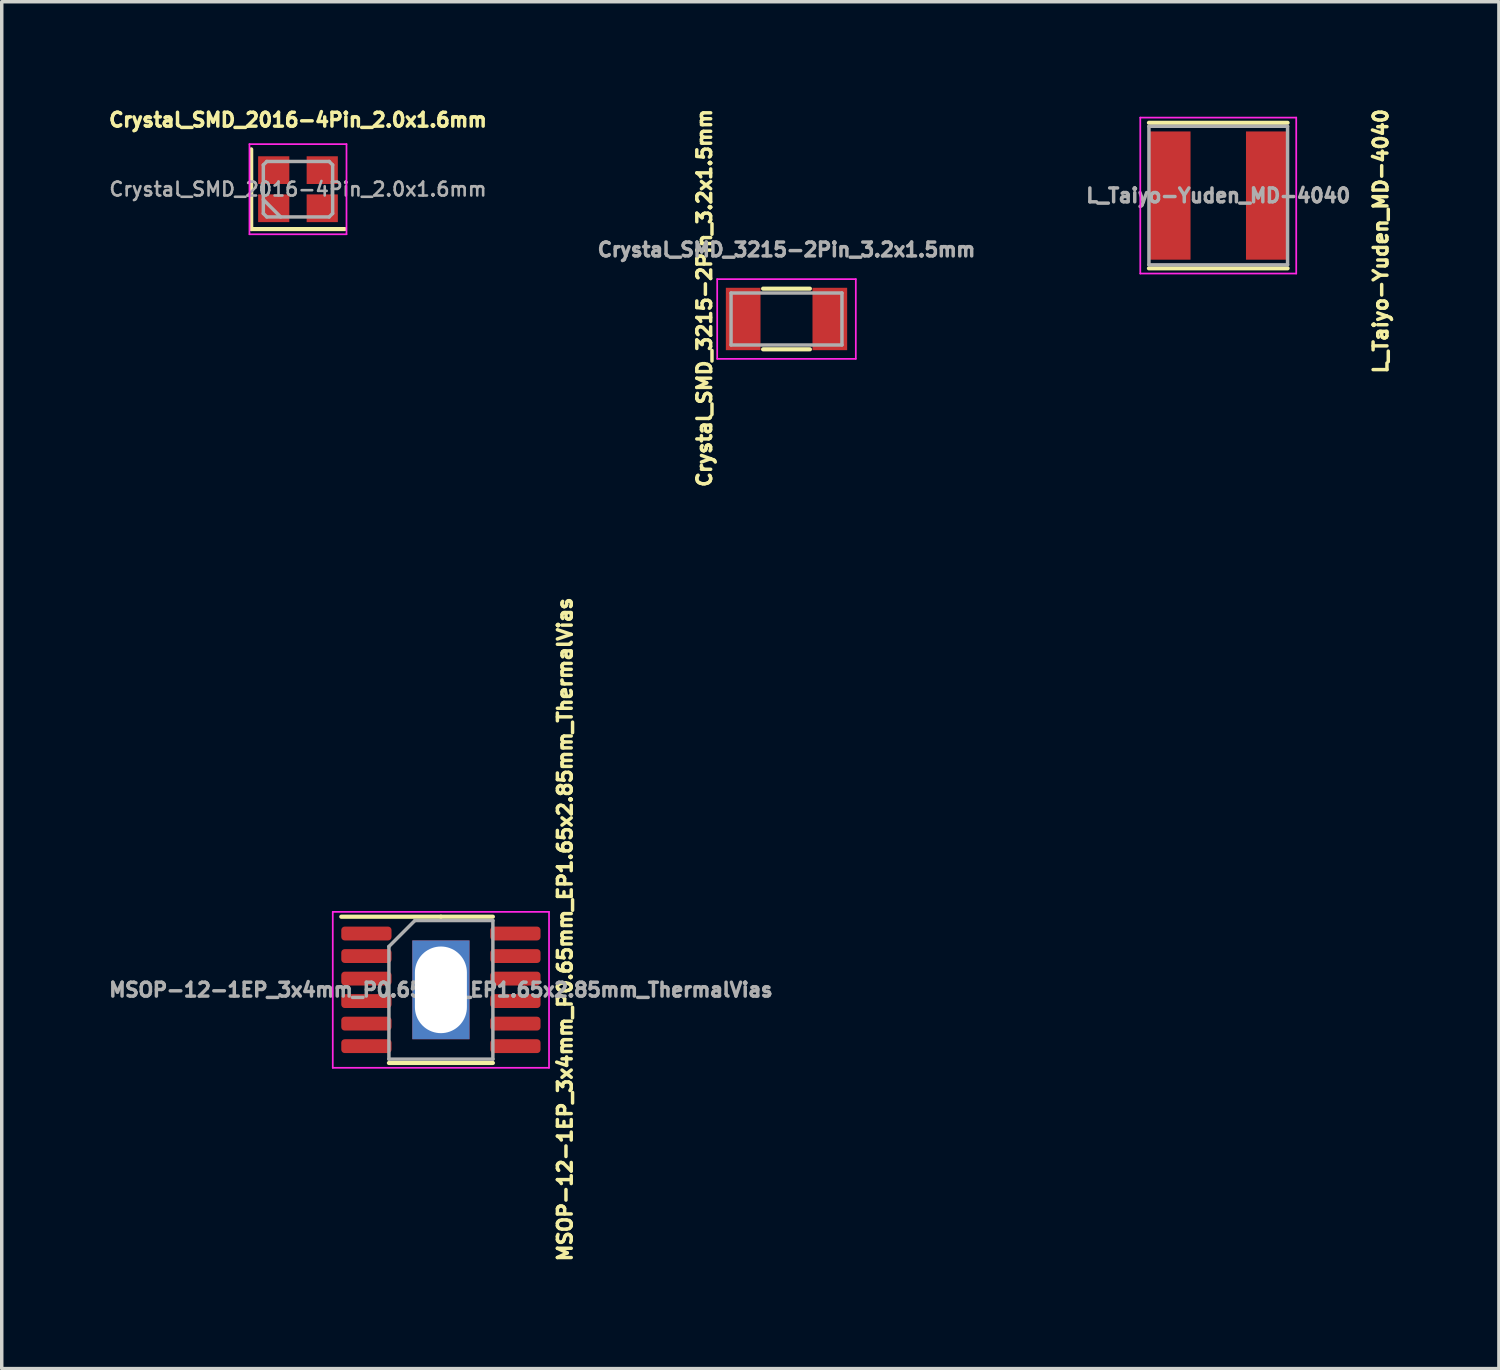
<source format=kicad_pcb>
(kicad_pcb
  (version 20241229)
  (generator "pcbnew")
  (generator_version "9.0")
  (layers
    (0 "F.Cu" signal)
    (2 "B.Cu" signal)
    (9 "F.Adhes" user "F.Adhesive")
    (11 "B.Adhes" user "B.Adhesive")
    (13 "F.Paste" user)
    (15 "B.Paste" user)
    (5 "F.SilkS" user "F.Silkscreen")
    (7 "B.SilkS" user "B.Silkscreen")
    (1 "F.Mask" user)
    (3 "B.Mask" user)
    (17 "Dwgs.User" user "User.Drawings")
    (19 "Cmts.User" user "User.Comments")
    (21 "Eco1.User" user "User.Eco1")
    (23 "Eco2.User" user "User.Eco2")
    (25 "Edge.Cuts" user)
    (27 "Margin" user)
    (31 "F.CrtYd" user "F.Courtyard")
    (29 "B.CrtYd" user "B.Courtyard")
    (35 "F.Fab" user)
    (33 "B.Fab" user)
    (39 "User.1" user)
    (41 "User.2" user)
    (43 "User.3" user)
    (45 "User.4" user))
  (footprint "Crystal_SMD_2016-4Pin_2.0x1.6mm"
    (layer "F.Cu")
    (at 5.548 2.409)
    (property "Reference" "Crystal_SMD_2016-4Pin_2.0x1.6mm" (at 0 -2 0) (layer "F.SilkS") (effects (font (size 0.4 0.4) (thickness 0.15))))
    (attr smd)
    (fp_line (start -1.35 -1.15) (end -1.35 1.15) (stroke (width 0.12) (type solid)) (layer "F.SilkS"))
    (fp_line (start -1.35 1.15) (end 1.35 1.15) (stroke (width 0.12) (type solid)) (layer "F.SilkS"))
    (fp_line (start -1.4 -1.3) (end -1.4 1.3) (stroke (width 0.05) (type solid)) (layer "F.CrtYd"))
    (fp_line (start -1.4 1.3) (end 1.4 1.3) (stroke (width 0.05) (type solid)) (layer "F.CrtYd"))
    (fp_line (start 1.4 -1.3) (end -1.4 -1.3) (stroke (width 0.05) (type solid)) (layer "F.CrtYd"))
    (fp_line (start 1.4 1.3) (end 1.4 -1.3) (stroke (width 0.05) (type solid)) (layer "F.CrtYd"))
    (fp_line (start -1 -0.7) (end -0.9 -0.8) (stroke (width 0.1) (type solid)) (layer "F.Fab"))
    (fp_line (start -1 0.3) (end -0.5 0.8) (stroke (width 0.1) (type solid)) (layer "F.Fab"))
    (fp_line (start -1 0.7) (end -1 -0.7) (stroke (width 0.1) (type solid)) (layer "F.Fab"))
    (fp_line (start -0.9 -0.8) (end 0.9 -0.8) (stroke (width 0.1) (type solid)) (layer "F.Fab"))
    (fp_line (start -0.9 0.8) (end -1 0.7) (stroke (width 0.1) (type solid)) (layer "F.Fab"))
    (fp_line (start 0.9 -0.8) (end 1 -0.7) (stroke (width 0.1) (type solid)) (layer "F.Fab"))
    (fp_line (start 0.9 0.8) (end -0.9 0.8) (stroke (width 0.1) (type solid)) (layer "F.Fab"))
    (fp_line (start 1 -0.7) (end 1 0.7) (stroke (width 0.1) (type solid)) (layer "F.Fab"))
    (fp_line (start 1 0.7) (end 0.9 0.8) (stroke (width 0.1) (type solid)) (layer "F.Fab"))
    (fp_text user "${REFERENCE}" (at 0 0 0) (layer "F.Fab") (effects (font (size 0.4 0.4) (thickness 0.075))))
    (pad "1" smd rect (at -0.7 0.55) (size 0.9 0.8) (layers "F.Cu" "F.Mask" "F.Paste"))
    (pad "2" smd rect (at 0.7 0.55) (size 0.9 0.8) (layers "F.Cu" "F.Mask" "F.Paste"))
    (pad "3" smd rect (at 0.7 -0.55) (size 0.9 0.8) (layers "F.Cu" "F.Mask" "F.Paste"))
    (pad "4" smd rect (at -0.7 -0.55) (size 0.9 0.8) (layers "F.Cu" "F.Mask" "F.Paste")))
  (footprint "MSOP-12-1EP_3x4mm_P0.65mm_EP1.65x2.85mm_ThermalVias"
    (layer "F.Cu")
    (at 9.672 25.511)
    (property "Reference" "MSOP-12-1EP_3x4mm_P0.65mm_EP1.65x2.85mm_ThermalVias" (at 3.581 -1.743 90) (layer "F.SilkS") (effects (font (size 0.4 0.4) (thickness 0.15))))
    (attr smd)
    (fp_line (start 0 -2.11) (end -2.875 -2.11) (stroke (width 0.12) (type solid)) (layer "F.SilkS"))
    (fp_line (start 0 -2.11) (end 1.5 -2.11) (stroke (width 0.12) (type solid)) (layer "F.SilkS"))
    (fp_line (start 0 2.11) (end -1.5 2.11) (stroke (width 0.12) (type solid)) (layer "F.SilkS"))
    (fp_line (start 0 2.11) (end 1.5 2.11) (stroke (width 0.12) (type solid)) (layer "F.SilkS"))
    (fp_line (start -3.12 -2.25) (end -3.12 2.25) (stroke (width 0.05) (type solid)) (layer "F.CrtYd"))
    (fp_line (start -3.12 2.25) (end 3.12 2.25) (stroke (width 0.05) (type solid)) (layer "F.CrtYd"))
    (fp_line (start 3.12 -2.25) (end -3.12 -2.25) (stroke (width 0.05) (type solid)) (layer "F.CrtYd"))
    (fp_line (start 3.12 2.25) (end 3.12 -2.25) (stroke (width 0.05) (type solid)) (layer "F.CrtYd"))
    (fp_line (start -1.5 -1.25) (end -0.75 -2) (stroke (width 0.1) (type solid)) (layer "F.Fab"))
    (fp_line (start -1.5 2) (end -1.5 -1.25) (stroke (width 0.1) (type solid)) (layer "F.Fab"))
    (fp_line (start -0.75 -2) (end 1.5 -2) (stroke (width 0.1) (type solid)) (layer "F.Fab"))
    (fp_line (start 1.5 -2) (end 1.5 2) (stroke (width 0.1) (type solid)) (layer "F.Fab"))
    (fp_line (start 1.5 2) (end -1.5 2) (stroke (width 0.1) (type solid)) (layer "F.Fab"))
    (fp_text user "${REFERENCE}" (at 0 0 0) (layer "F.Fab") (effects (font (size 0.4 0.4) (thickness 0.11))))
    (pad "" smd roundrect (at -0.41 -0.71) (size 0.69 1.19) (layers "F.Paste") (roundrect_rratio 0.25))
    (pad "" smd roundrect (at -0.41 0.71) (size 0.69 1.19) (layers "F.Paste") (roundrect_rratio 0.25))
    (pad "" smd roundrect (at 0.41 -0.71) (size 0.69 1.19) (layers "F.Paste") (roundrect_rratio 0.25))
    (pad "" smd roundrect (at 0.41 0.71) (size 0.69 1.19) (layers "F.Paste") (roundrect_rratio 0.25))
    (pad "1" smd roundrect (at -2.15 -1.625) (size 1.45 0.4) (layers "F.Cu" "F.Mask" "F.Paste") (roundrect_rratio 0.25))
    (pad "2" smd roundrect (at -2.15 -0.975) (size 1.45 0.4) (layers "F.Cu" "F.Mask" "F.Paste") (roundrect_rratio 0.25))
    (pad "3" smd roundrect (at -2.15 -0.325) (size 1.45 0.4) (layers "F.Cu" "F.Mask" "F.Paste") (roundrect_rratio 0.25))
    (pad "4" smd roundrect (at -2.15 0.325) (size 1.45 0.4) (layers "F.Cu" "F.Mask" "F.Paste") (roundrect_rratio 0.25))
    (pad "5" smd roundrect (at -2.15 0.975) (size 1.45 0.4) (layers "F.Cu" "F.Mask" "F.Paste") (roundrect_rratio 0.25))
    (pad "6" smd roundrect (at -2.15 1.625) (size 1.45 0.4) (layers "F.Cu" "F.Mask" "F.Paste") (roundrect_rratio 0.25))
    (pad "7" smd roundrect (at 2.15 1.625) (size 1.45 0.4) (layers "F.Cu" "F.Mask" "F.Paste") (roundrect_rratio 0.25))
    (pad "8" smd roundrect (at 2.15 0.975) (size 1.45 0.4) (layers "F.Cu" "F.Mask" "F.Paste") (roundrect_rratio 0.25))
    (pad "9" smd roundrect (at 2.15 0.325) (size 1.45 0.4) (layers "F.Cu" "F.Mask" "F.Paste") (roundrect_rratio 0.25))
    (pad "10" smd roundrect (at 2.15 -0.325) (size 1.45 0.4) (layers "F.Cu" "F.Mask" "F.Paste") (roundrect_rratio 0.25))
    (pad "11" smd roundrect (at 2.15 -0.975) (size 1.45 0.4) (layers "F.Cu" "F.Mask" "F.Paste") (roundrect_rratio 0.25))
    (pad "12" smd roundrect (at 2.15 -1.625) (size 1.45 0.4) (layers "F.Cu" "F.Mask" "F.Paste") (roundrect_rratio 0.25))
    (pad "13" smd rect (at 0 0) (size 1.5 2.5) (layers "B.Cu"))
    (pad "13" thru_hole rect (at 0 0) (size 1.65 2.85) (drill oval 1.5 2.5) (layers "*.Cu" "*.Mask")))
  (footprint "L_Taiyo-Yuden_MD-4040"
    (layer "F.Cu")
    (at 32.102 2.593)
    (property "Reference" "L_Taiyo-Yuden_MD-4040" (at 4.688 1.317 270) (layer "F.SilkS") (effects (font (size 0.4 0.4) (thickness 0.15))))
    (attr smd)
    (fp_line (start -2 -2.1) (end 2 -2.1) (stroke (width 0.12) (type solid)) (layer "F.SilkS"))
    (fp_line (start -2 2.1) (end 2 2.1) (stroke (width 0.12) (type solid)) (layer "F.SilkS"))
    (fp_line (start -2.25 -2.25) (end -2.25 2.25) (stroke (width 0.05) (type solid)) (layer "F.CrtYd"))
    (fp_line (start -2.25 2.25) (end 2.25 2.25) (stroke (width 0.05) (type solid)) (layer "F.CrtYd"))
    (fp_line (start 2.25 -2.25) (end -2.25 -2.25) (stroke (width 0.05) (type solid)) (layer "F.CrtYd"))
    (fp_line (start 2.25 2.25) (end 2.25 -2.25) (stroke (width 0.05) (type solid)) (layer "F.CrtYd"))
    (fp_line (start -2 -2) (end -2 2) (stroke (width 0.1) (type solid)) (layer "F.Fab"))
    (fp_line (start -2 2) (end 2 2) (stroke (width 0.1) (type solid)) (layer "F.Fab"))
    (fp_line (start 2 -2) (end -2 -2) (stroke (width 0.1) (type solid)) (layer "F.Fab"))
    (fp_line (start 2 2) (end 2 -2) (stroke (width 0.1) (type solid)) (layer "F.Fab"))
    (fp_text user "${REFERENCE}" (at 0 0 180) (layer "F.Fab") (effects (font (size 0.4 0.4) (thickness 0.15))))
    (pad "1" smd rect (at -1.4 0) (size 1.2 3.7) (layers "F.Cu" "F.Mask" "F.Paste"))
    (pad "2" smd rect (at 1.4 0) (size 1.2 3.7) (layers "F.Cu" "F.Mask" "F.Paste")))
  (footprint "Crystal_SMD_3215-2Pin_3.2x1.5mm"
    (layer "F.Cu")
    (at 19.644 6.154)
    (property "Reference" "Crystal_SMD_3215-2Pin_3.2x1.5mm" (at -2.368 -0.606 270) (layer "F.SilkS") (effects (font (size 0.4 0.4) (thickness 0.15))))
    (attr smd)
    (fp_line (start -0.675 -0.875) (end 0.675 -0.875) (stroke (width 0.12) (type solid)) (layer "F.SilkS"))
    (fp_line (start -0.675 0.875) (end 0.675 0.875) (stroke (width 0.12) (type solid)) (layer "F.SilkS"))
    (fp_line (start -2 -1.15) (end -2 1.15) (stroke (width 0.05) (type solid)) (layer "F.CrtYd"))
    (fp_line (start -2 -1.15) (end 2 -1.15) (stroke (width 0.05) (type solid)) (layer "F.CrtYd"))
    (fp_line (start -2 1.15) (end 2 1.15) (stroke (width 0.05) (type solid)) (layer "F.CrtYd"))
    (fp_line (start 2 -1.15) (end 2 1.15) (stroke (width 0.05) (type solid)) (layer "F.CrtYd"))
    (fp_line (start -1.6 -0.75) (end -1.6 0.75) (stroke (width 0.1) (type solid)) (layer "F.Fab"))
    (fp_line (start -1.6 -0.75) (end 1.6 -0.75) (stroke (width 0.1) (type solid)) (layer "F.Fab"))
    (fp_line (start -1.6 0.75) (end 1.6 0.75) (stroke (width 0.1) (type solid)) (layer "F.Fab"))
    (fp_line (start 1.6 -0.75) (end 1.6 0.75) (stroke (width 0.1) (type solid)) (layer "F.Fab"))
    (fp_text user "${REFERENCE}" (at 0 -2 180) (layer "F.Fab") (effects (font (size 0.4 0.4) (thickness 0.15))))
    (pad "1" smd rect (at 1.25 0) (size 1 1.8) (layers "F.Cu" "F.Mask" "F.Paste"))
    (pad "2" smd rect (at -1.25 0) (size 1 1.8) (layers "F.Cu" "F.Mask" "F.Paste")))
  (gr_rect
    (start -3 -3)
    (end 40.2 36.44)
    (stroke (width 0.1) (type default))
    (fill no)
    (layer "Edge.Cuts")))
</source>
